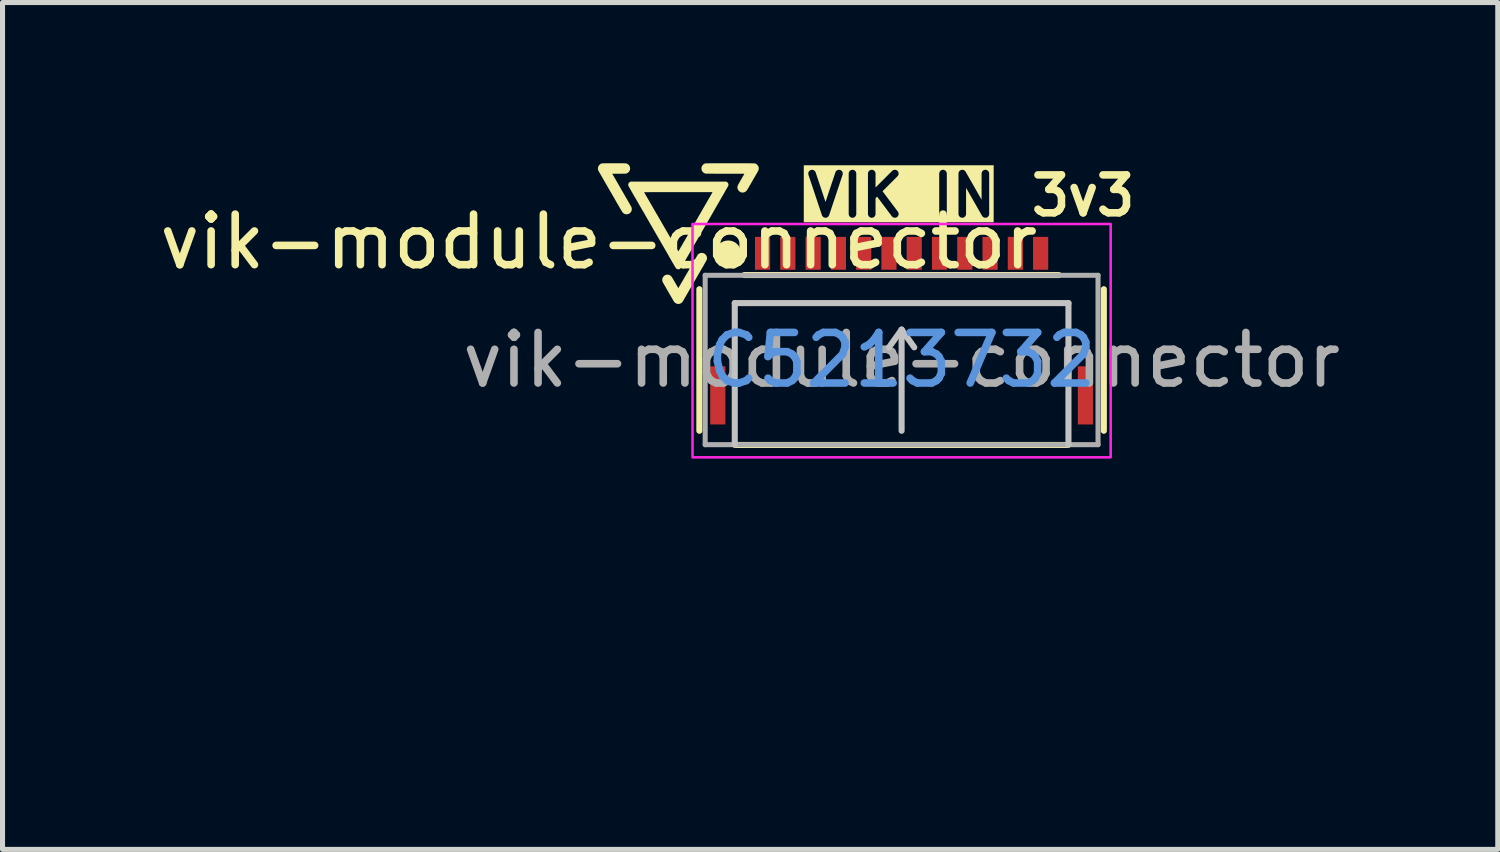
<source format=kicad_pcb>
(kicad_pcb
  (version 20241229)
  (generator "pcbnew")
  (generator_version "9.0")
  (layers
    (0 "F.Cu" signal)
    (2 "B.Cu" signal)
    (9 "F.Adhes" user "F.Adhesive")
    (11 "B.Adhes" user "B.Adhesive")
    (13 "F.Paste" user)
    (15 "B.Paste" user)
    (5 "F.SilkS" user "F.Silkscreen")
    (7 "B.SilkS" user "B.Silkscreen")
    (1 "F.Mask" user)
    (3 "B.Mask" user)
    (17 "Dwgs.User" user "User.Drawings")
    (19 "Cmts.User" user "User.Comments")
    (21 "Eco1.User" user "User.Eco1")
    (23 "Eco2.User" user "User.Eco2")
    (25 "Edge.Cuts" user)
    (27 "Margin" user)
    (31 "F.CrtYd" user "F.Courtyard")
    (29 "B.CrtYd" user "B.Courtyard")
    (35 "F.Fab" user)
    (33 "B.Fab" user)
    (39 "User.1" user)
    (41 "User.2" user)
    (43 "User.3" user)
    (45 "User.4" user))
  (footprint "vik-module-connector"
    (layer "F.Cu")
    (at 14.782 4.07)
    (property "Reference" "vik-module-connector" (at -5.99 -2.34 0) (unlocked yes) (layer "F.SilkS") (effects (font (size 1 1) (thickness 0.15))))
    (attr smd)
    (fp_line (start -4 1.4) (end -4 -1.4) (stroke (width 0.12) (type default)) (layer "F.SilkS"))
    (fp_line (start -3.29 1.68) (end 3.29 1.68) (stroke (width 0.12) (type default)) (layer "F.SilkS"))
    (fp_line (start -3.11 -1.68) (end 3.11 -1.68) (stroke (width 0.12) (type default)) (layer "F.SilkS"))
    (fp_line (start 4 -1.4) (end 4 1.4) (stroke (width 0.12) (type default)) (layer "F.SilkS"))
    (fp_circle (center -3.429 -2.11) (end -3.302 -2.11) (stroke (width 0.254) (type solid)) (fill no) (layer "F.SilkS"))
    (fp_poly (pts (xy -3.934 -2.117) (xy -3.917 -2.112) (xy -3.901 -2.105) (xy -3.886 -2.094) (xy -3.88 -2.088) (xy -3.872 -2.08) (xy -3.866 -2.072) (xy -3.861 -2.064) (xy -3.86 -2.061) (xy -3.854 -2.046) (xy -3.85 -2.03) (xy -3.848 -2.015) (xy -3.848 -2.014) (xy -3.849 -2.006) (xy -3.851 -1.996) (xy -3.853 -1.986) (xy -3.856 -1.977) (xy -3.858 -1.971) (xy -3.86 -1.969) (xy -3.863 -1.963) (xy -3.867 -1.955) (xy -3.874 -1.944) (xy -3.881 -1.931) (xy -3.89 -1.916) (xy -3.9 -1.898) (xy -3.911 -1.879) (xy -3.923 -1.857) (xy -3.937 -1.834) (xy -3.951 -1.81) (xy -3.966 -1.784) (xy -3.981 -1.757) (xy -3.997 -1.729) (xy -4.014 -1.701) (xy -4.031 -1.671) (xy -4.048 -1.641) (xy -4.066 -1.61) (xy -4.084 -1.58) (xy -4.102 -1.549) (xy -4.119 -1.518) (xy -4.137 -1.488) (xy -4.154 -1.457) (xy -4.172 -1.428) (xy -4.188 -1.399) (xy -4.205 -1.371) (xy -4.22 -1.344) (xy -4.235 -1.318) (xy -4.25 -1.293) (xy -4.263 -1.27) (xy -4.275 -1.248) (xy -4.287 -1.229) (xy -4.297 -1.211) (xy -4.306 -1.195) (xy -4.314 -1.181) (xy -4.321 -1.17) (xy -4.326 -1.162) (xy -4.329 -1.156) (xy -4.331 -1.153) (xy -4.331 -1.153) (xy -4.336 -1.146) (xy -4.343 -1.139) (xy -4.347 -1.134) (xy -4.356 -1.128) (xy -4.366 -1.122) (xy -4.378 -1.116) (xy -4.388 -1.112) (xy -4.394 -1.111) (xy -4.404 -1.109) (xy -4.416 -1.109) (xy -4.428 -1.109) (xy -4.438 -1.111) (xy -4.44 -1.111) (xy -4.456 -1.117) (xy -4.471 -1.125) (xy -4.484 -1.135) (xy -4.496 -1.147) (xy -4.501 -1.153) (xy -4.502 -1.155) (xy -4.506 -1.161) (xy -4.51 -1.169) (xy -4.517 -1.18) (xy -4.524 -1.192) (xy -4.533 -1.207) (xy -4.542 -1.223) (xy -4.552 -1.241) (xy -4.563 -1.26) (xy -4.575 -1.28) (xy -4.587 -1.3) (xy -4.599 -1.321) (xy -4.611 -1.343) (xy -4.624 -1.364) (xy -4.636 -1.385) (xy -4.648 -1.406) (xy -4.659 -1.426) (xy -4.67 -1.446) (xy -4.681 -1.464) (xy -4.691 -1.48) (xy -4.699 -1.496) (xy -4.707 -1.509) (xy -4.713 -1.52) (xy -4.718 -1.529) (xy -4.722 -1.536) (xy -4.724 -1.539) (xy -4.724 -1.54) (xy -4.73 -1.555) (xy -4.734 -1.573) (xy -4.734 -1.59) (xy -4.732 -1.608) (xy -4.73 -1.616) (xy -4.722 -1.633) (xy -4.712 -1.648) (xy -4.7 -1.662) (xy -4.685 -1.673) (xy -4.668 -1.682) (xy -4.66 -1.684) (xy -4.654 -1.686) (xy -4.646 -1.687) (xy -4.638 -1.688) (xy -4.638 -1.688) (xy -4.619 -1.688) (xy -4.601 -1.684) (xy -4.584 -1.677) (xy -4.568 -1.667) (xy -4.558 -1.658) (xy -4.556 -1.655) (xy -4.553 -1.652) (xy -4.551 -1.649) (xy -4.548 -1.646) (xy -4.545 -1.641) (xy -4.541 -1.635) (xy -4.537 -1.628) (xy -4.532 -1.62) (xy -4.526 -1.61) (xy -4.518 -1.597) (xy -4.51 -1.583) (xy -4.5 -1.566) (xy -4.489 -1.546) (xy -4.481 -1.533) (xy -4.471 -1.515) (xy -4.461 -1.498) (xy -4.452 -1.482) (xy -4.443 -1.467) (xy -4.435 -1.454) (xy -4.429 -1.443) (xy -4.423 -1.434) (xy -4.419 -1.427) (xy -4.417 -1.423) (xy -4.416 -1.422) (xy -4.415 -1.424) (xy -4.412 -1.428) (xy -4.408 -1.435) (xy -4.402 -1.445) (xy -4.395 -1.458) (xy -4.386 -1.472) (xy -4.376 -1.489) (xy -4.365 -1.508) (xy -4.353 -1.529) (xy -4.34 -1.552) (xy -4.325 -1.577) (xy -4.31 -1.602) (xy -4.295 -1.63) (xy -4.278 -1.658) (xy -4.261 -1.688) (xy -4.243 -1.718) (xy -4.227 -1.746) (xy -4.209 -1.777) (xy -4.192 -1.808) (xy -4.174 -1.838) (xy -4.158 -1.867) (xy -4.142 -1.894) (xy -4.127 -1.92) (xy -4.112 -1.945) (xy -4.099 -1.968) (xy -4.086 -1.989) (xy -4.075 -2.009) (xy -4.065 -2.026) (xy -4.056 -2.041) (xy -4.049 -2.054) (xy -4.042 -2.064) (xy -4.038 -2.072) (xy -4.035 -2.077) (xy -4.034 -2.079) (xy -4.022 -2.092) (xy -4.008 -2.103) (xy -3.991 -2.111) (xy -3.974 -2.116) (xy -3.955 -2.118) (xy -3.952 -2.118)) (stroke (width 0) (type solid)) (fill yes) (layer "F.SilkS"))
    (fp_poly (pts (xy -3.179 -3.891) (xy -3.146 -3.891) (xy -3.115 -3.891) (xy -3.087 -3.891) (xy -3.061 -3.891) (xy -3.038 -3.891) (xy -3.017 -3.891) (xy -2.999 -3.891) (xy -2.982 -3.89) (xy -2.967 -3.89) (xy -2.954 -3.89) (xy -2.943 -3.89) (xy -2.933 -3.889) (xy -2.924 -3.889) (xy -2.917 -3.889) (xy -2.911 -3.888) (xy -2.905 -3.888) (xy -2.901 -3.887) (xy -2.897 -3.887) (xy -2.894 -3.886) (xy -2.892 -3.885) (xy -2.89 -3.884) (xy -2.888 -3.883) (xy -2.886 -3.882) (xy -2.884 -3.881) (xy -2.882 -3.88) (xy -2.88 -3.879) (xy -2.88 -3.879) (xy -2.864 -3.869) (xy -2.851 -3.856) (xy -2.841 -3.841) (xy -2.832 -3.825) (xy -2.828 -3.812) (xy -2.825 -3.794) (xy -2.826 -3.776) (xy -2.83 -3.758) (xy -2.837 -3.739) (xy -2.84 -3.735) (xy -2.842 -3.731) (xy -2.845 -3.725) (xy -2.85 -3.716) (xy -2.857 -3.705) (xy -2.865 -3.691) (xy -2.873 -3.676) (xy -2.883 -3.659) (xy -2.894 -3.64) (xy -2.906 -3.619) (xy -2.919 -3.598) (xy -2.932 -3.575) (xy -2.945 -3.552) (xy -2.953 -3.538) (xy -2.969 -3.511) (xy -2.983 -3.486) (xy -2.995 -3.464) (xy -3.007 -3.445) (xy -3.016 -3.428) (xy -3.025 -3.413) (xy -3.033 -3.401) (xy -3.039 -3.39) (xy -3.045 -3.38) (xy -3.049 -3.373) (xy -3.053 -3.366) (xy -3.057 -3.361) (xy -3.06 -3.356) (xy -3.062 -3.353) (xy -3.065 -3.35) (xy -3.067 -3.347) (xy -3.069 -3.345) (xy -3.071 -3.343) (xy -3.071 -3.343) (xy -3.08 -3.335) (xy -3.089 -3.328) (xy -3.095 -3.324) (xy -3.11 -3.318) (xy -3.127 -3.313) (xy -3.144 -3.312) (xy -3.16 -3.312) (xy -3.163 -3.313) (xy -3.181 -3.318) (xy -3.197 -3.327) (xy -3.212 -3.338) (xy -3.225 -3.351) (xy -3.235 -3.366) (xy -3.242 -3.383) (xy -3.245 -3.392) (xy -3.247 -3.406) (xy -3.247 -3.422) (xy -3.245 -3.437) (xy -3.242 -3.448) (xy -3.24 -3.452) (xy -3.236 -3.46) (xy -3.231 -3.469) (xy -3.224 -3.482) (xy -3.216 -3.497) (xy -3.206 -3.514) (xy -3.195 -3.534) (xy -3.182 -3.556) (xy -3.174 -3.571) (xy -3.163 -3.59) (xy -3.153 -3.607) (xy -3.144 -3.623) (xy -3.135 -3.638) (xy -3.128 -3.651) (xy -3.121 -3.662) (xy -3.116 -3.671) (xy -3.112 -3.678) (xy -3.11 -3.682) (xy -3.11 -3.683) (xy -3.111 -3.683) (xy -3.116 -3.683) (xy -3.125 -3.684) (xy -3.136 -3.684) (xy -3.15 -3.684) (xy -3.167 -3.684) (xy -3.187 -3.684) (xy -3.209 -3.684) (xy -3.233 -3.684) (xy -3.259 -3.684) (xy -3.288 -3.684) (xy -3.317 -3.684) (xy -3.349 -3.684) (xy -3.382 -3.684) (xy -3.416 -3.684) (xy -3.452 -3.684) (xy -3.487 -3.684) (xy -3.536 -3.684) (xy -3.582 -3.684) (xy -3.624 -3.684) (xy -3.663 -3.684) (xy -3.698 -3.684) (xy -3.73 -3.685) (xy -3.759 -3.685) (xy -3.784 -3.685) (xy -3.806 -3.685) (xy -3.825 -3.685) (xy -3.841 -3.685) (xy -3.854 -3.685) (xy -3.864 -3.686) (xy -3.871 -3.686) (xy -3.875 -3.686) (xy -3.876 -3.686) (xy -3.891 -3.69) (xy -3.906 -3.698) (xy -3.92 -3.707) (xy -3.929 -3.715) (xy -3.941 -3.73) (xy -3.951 -3.746) (xy -3.957 -3.764) (xy -3.959 -3.781) (xy -3.959 -3.8) (xy -3.955 -3.818) (xy -3.948 -3.835) (xy -3.941 -3.846) (xy -3.932 -3.858) (xy -3.921 -3.868) (xy -3.909 -3.877) (xy -3.903 -3.88) (xy -3.901 -3.881) (xy -3.899 -3.882) (xy -3.897 -3.883) (xy -3.896 -3.884) (xy -3.894 -3.885) (xy -3.892 -3.886) (xy -3.889 -3.886) (xy -3.886 -3.887) (xy -3.883 -3.887) (xy -3.878 -3.888) (xy -3.873 -3.888) (xy -3.867 -3.889) (xy -3.859 -3.889) (xy -3.851 -3.89) (xy -3.841 -3.89) (xy -3.829 -3.89) (xy -3.816 -3.89) (xy -3.801 -3.89) (xy -3.785 -3.891) (xy -3.766 -3.891) (xy -3.745 -3.891) (xy -3.722 -3.891) (xy -3.696 -3.891) (xy -3.668 -3.891) (xy -3.637 -3.891) (xy -3.604 -3.891) (xy -3.567 -3.891) (xy -3.528 -3.891) (xy -3.485 -3.891) (xy -3.439 -3.891) (xy -3.392 -3.891) (xy -3.343 -3.891) (xy -3.297 -3.891) (xy -3.255 -3.891) (xy -3.215 -3.891)) (stroke (width 0) (type solid)) (fill yes) (layer "F.SilkS"))
    (fp_poly (pts (xy -5.734 -3.891) (xy -5.702 -3.891) (xy -5.688 -3.891) (xy -5.654 -3.891) (xy -5.623 -3.891) (xy -5.596 -3.891) (xy -5.572 -3.891) (xy -5.55 -3.891) (xy -5.531 -3.891) (xy -5.514 -3.891) (xy -5.5 -3.891) (xy -5.487 -3.89) (xy -5.477 -3.89) (xy -5.468 -3.89) (xy -5.46 -3.889) (xy -5.454 -3.889) (xy -5.449 -3.888) (xy -5.445 -3.887) (xy -5.441 -3.887) (xy -5.438 -3.886) (xy -5.435 -3.884) (xy -5.432 -3.883) (xy -5.429 -3.882) (xy -5.426 -3.88) (xy -5.426 -3.88) (xy -5.414 -3.873) (xy -5.402 -3.863) (xy -5.392 -3.852) (xy -5.383 -3.84) (xy -5.38 -3.835) (xy -5.373 -3.816) (xy -5.37 -3.798) (xy -5.369 -3.779) (xy -5.373 -3.761) (xy -5.38 -3.742) (xy -5.38 -3.741) (xy -5.389 -3.727) (xy -5.4 -3.714) (xy -5.414 -3.703) (xy -5.429 -3.694) (xy -5.444 -3.688) (xy -5.452 -3.686) (xy -5.457 -3.686) (xy -5.464 -3.685) (xy -5.475 -3.685) (xy -5.49 -3.685) (xy -5.507 -3.685) (xy -5.528 -3.684) (xy -5.552 -3.684) (xy -5.579 -3.684) (xy -5.593 -3.684) (xy -5.614 -3.684) (xy -5.634 -3.684) (xy -5.652 -3.684) (xy -5.669 -3.684) (xy -5.684 -3.684) (xy -5.697 -3.684) (xy -5.708 -3.684) (xy -5.716 -3.684) (xy -5.721 -3.683) (xy -5.722 -3.683) (xy -5.721 -3.682) (xy -5.719 -3.677) (xy -5.715 -3.67) (xy -5.709 -3.66) (xy -5.702 -3.647) (xy -5.693 -3.633) (xy -5.684 -3.616) (xy -5.673 -3.597) (xy -5.66 -3.576) (xy -5.647 -3.553) (xy -5.633 -3.528) (xy -5.618 -3.503) (xy -5.603 -3.475) (xy -5.586 -3.447) (xy -5.569 -3.417) (xy -5.552 -3.387) (xy -5.537 -3.361) (xy -5.519 -3.33) (xy -5.501 -3.299) (xy -5.484 -3.27) (xy -5.468 -3.241) (xy -5.452 -3.214) (xy -5.437 -3.188) (xy -5.423 -3.163) (xy -5.409 -3.14) (xy -5.397 -3.119) (xy -5.386 -3.1) (xy -5.376 -3.082) (xy -5.368 -3.067) (xy -5.36 -3.055) (xy -5.355 -3.045) (xy -5.35 -3.037) (xy -5.348 -3.033) (xy -5.347 -3.031) (xy -5.34 -3.014) (xy -5.337 -2.996) (xy -5.336 -2.978) (xy -5.339 -2.959) (xy -5.345 -2.942) (xy -5.353 -2.928) (xy -5.364 -2.914) (xy -5.378 -2.902) (xy -5.393 -2.892) (xy -5.41 -2.886) (xy -5.414 -2.885) (xy -5.424 -2.883) (xy -5.436 -2.882) (xy -5.448 -2.882) (xy -5.459 -2.883) (xy -5.466 -2.885) (xy -5.482 -2.89) (xy -5.497 -2.899) (xy -5.51 -2.911) (xy -5.512 -2.912) (xy -5.513 -2.913) (xy -5.515 -2.915) (xy -5.516 -2.916) (xy -5.518 -2.918) (xy -5.519 -2.92) (xy -5.521 -2.923) (xy -5.524 -2.927) (xy -5.526 -2.931) (xy -5.529 -2.936) (xy -5.533 -2.942) (xy -5.537 -2.949) (xy -5.542 -2.957) (xy -5.548 -2.966) (xy -5.554 -2.977) (xy -5.562 -2.989) (xy -5.57 -3.003) (xy -5.579 -3.019) (xy -5.589 -3.037) (xy -5.6 -3.056) (xy -5.613 -3.078) (xy -5.627 -3.101) (xy -5.642 -3.127) (xy -5.658 -3.156) (xy -5.676 -3.187) (xy -5.695 -3.22) (xy -5.716 -3.257) (xy -5.739 -3.296) (xy -5.76 -3.332) (xy -5.78 -3.367) (xy -5.8 -3.401) (xy -5.819 -3.435) (xy -5.838 -3.467) (xy -5.856 -3.498) (xy -5.873 -3.528) (xy -5.889 -3.557) (xy -5.905 -3.584) (xy -5.92 -3.61) (xy -5.933 -3.633) (xy -5.946 -3.655) (xy -5.957 -3.675) (xy -5.967 -3.692) (xy -5.976 -3.707) (xy -5.983 -3.72) (xy -5.989 -3.73) (xy -5.993 -3.738) (xy -5.996 -3.742) (xy -5.997 -3.744) (xy -6 -3.752) (xy -6.003 -3.761) (xy -6.005 -3.772) (xy -6.006 -3.782) (xy -6.007 -3.788) (xy -6.005 -3.805) (xy -6 -3.822) (xy -5.993 -3.839) (xy -5.982 -3.853) (xy -5.97 -3.866) (xy -5.956 -3.876) (xy -5.952 -3.879) (xy -5.949 -3.88) (xy -5.946 -3.882) (xy -5.943 -3.883) (xy -5.94 -3.885) (xy -5.937 -3.886) (xy -5.934 -3.887) (xy -5.929 -3.888) (xy -5.925 -3.888) (xy -5.919 -3.889) (xy -5.912 -3.889) (xy -5.903 -3.89) (xy -5.893 -3.89) (xy -5.881 -3.89) (xy -5.868 -3.891) (xy -5.852 -3.891) (xy -5.834 -3.891) (xy -5.813 -3.891) (xy -5.79 -3.891) (xy -5.764 -3.891)) (stroke (width 0) (type solid)) (fill yes) (layer "F.SilkS"))
    (fp_poly (pts (xy -3.459 -3.522) (xy -3.452 -3.518) (xy -3.445 -3.513) (xy -3.441 -3.509) (xy -3.433 -3.497) (xy -3.427 -3.484) (xy -3.424 -3.47) (xy -3.425 -3.456) (xy -3.427 -3.449) (xy -3.428 -3.447) (xy -3.431 -3.441) (xy -3.435 -3.433) (xy -3.441 -3.422) (xy -3.449 -3.408) (xy -3.459 -3.39) (xy -3.471 -3.37) (xy -3.484 -3.348) (xy -3.498 -3.322) (xy -3.514 -3.294) (xy -3.532 -3.263) (xy -3.552 -3.229) (xy -3.573 -3.192) (xy -3.595 -3.153) (xy -3.619 -3.111) (xy -3.645 -3.067) (xy -3.672 -3.02) (xy -3.7 -2.971) (xy -3.73 -2.919) (xy -3.761 -2.864) (xy -3.794 -2.807) (xy -3.828 -2.748) (xy -3.864 -2.687) (xy -3.897 -2.63) (xy -3.932 -2.569) (xy -3.965 -2.512) (xy -3.997 -2.457) (xy -4.026 -2.405) (xy -4.055 -2.356) (xy -4.082 -2.309) (xy -4.107 -2.266) (xy -4.131 -2.224) (xy -4.153 -2.186) (xy -4.174 -2.149) (xy -4.194 -2.115) (xy -4.212 -2.084) (xy -4.229 -2.054) (xy -4.245 -2.027) (xy -4.26 -2.001) (xy -4.274 -1.978) (xy -4.286 -1.956) (xy -4.298 -1.937) (xy -4.308 -1.919) (xy -4.318 -1.902) (xy -4.326 -1.888) (xy -4.334 -1.875) (xy -4.341 -1.863) (xy -4.347 -1.853) (xy -4.352 -1.844) (xy -4.357 -1.836) (xy -4.361 -1.83) (xy -4.364 -1.824) (xy -4.367 -1.82) (xy -4.369 -1.816) (xy -4.371 -1.814) (xy -4.372 -1.812) (xy -4.373 -1.811) (xy -4.384 -1.802) (xy -4.397 -1.796) (xy -4.411 -1.794) (xy -4.425 -1.794) (xy -4.436 -1.797) (xy -4.445 -1.801) (xy -4.452 -1.805) (xy -4.459 -1.811) (xy -4.466 -1.82) (xy -4.473 -1.83) (xy -4.476 -1.835) (xy -4.478 -1.838) (xy -4.481 -1.844) (xy -4.486 -1.853) (xy -4.493 -1.864) (xy -4.501 -1.878) (xy -4.511 -1.895) (xy -4.522 -1.914) (xy -4.534 -1.936) (xy -4.548 -1.959) (xy -4.563 -1.985) (xy -4.579 -2.013) (xy -4.596 -2.042) (xy -4.614 -2.074) (xy -4.633 -2.107) (xy -4.653 -2.142) (xy -4.674 -2.178) (xy -4.696 -2.216) (xy -4.718 -2.255) (xy -4.742 -2.295) (xy -4.765 -2.336) (xy -4.79 -2.378) (xy -4.814 -2.421) (xy -4.84 -2.465) (xy -4.854 -2.49) (xy -4.881 -2.536) (xy -4.907 -2.581) (xy -4.933 -2.627) (xy -4.959 -2.671) (xy -4.985 -2.716) (xy -5.01 -2.76) (xy -5.035 -2.803) (xy -5.059 -2.845) (xy -5.083 -2.887) (xy -5.106 -2.927) (xy -5.129 -2.965) (xy -5.15 -3.003) (xy -5.171 -3.039) (xy -5.191 -3.073) (xy -5.209 -3.105) (xy -5.227 -3.136) (xy -5.243 -3.164) (xy -5.258 -3.19) (xy -5.272 -3.213) (xy -5.284 -3.234) (xy -5.295 -3.253) (xy -5.304 -3.269) (xy -5.311 -3.281) (xy -5.324 -3.303) (xy -5.332 -3.319) (xy -5.093 -3.319) (xy -5.092 -3.317) (xy -5.089 -3.312) (xy -5.085 -3.304) (xy -5.079 -3.294) (xy -5.071 -3.281) (xy -5.063 -3.266) (xy -5.053 -3.248) (xy -5.041 -3.229) (xy -5.029 -3.207) (xy -5.015 -3.184) (xy -5.001 -3.158) (xy -4.985 -3.131) (xy -4.969 -3.103) (xy -4.951 -3.073) (xy -4.933 -3.042) (xy -4.915 -3.01) (xy -4.896 -2.976) (xy -4.876 -2.942) (xy -4.856 -2.907) (xy -4.835 -2.872) (xy -4.814 -2.836) (xy -4.793 -2.8) (xy -4.772 -2.763) (xy -4.751 -2.727) (xy -4.73 -2.69) (xy -4.709 -2.654) (xy -4.688 -2.617) (xy -4.667 -2.582) (xy -4.647 -2.546) (xy -4.627 -2.512) (xy -4.607 -2.478) (xy -4.588 -2.445) (xy -4.57 -2.413) (xy -4.552 -2.383) (xy -4.535 -2.353) (xy -4.519 -2.325) (xy -4.503 -2.299) (xy -4.489 -2.274) (xy -4.476 -2.252) (xy -4.464 -2.231) (xy -4.453 -2.212) (xy -4.443 -2.195) (xy -4.435 -2.181) (xy -4.428 -2.169) (xy -4.422 -2.16) (xy -4.418 -2.153) (xy -4.416 -2.149) (xy -4.416 -2.149) (xy -4.415 -2.15) (xy -4.412 -2.155) (xy -4.408 -2.162) (xy -4.402 -2.172) (xy -4.394 -2.185) (xy -4.385 -2.2) (xy -4.375 -2.218) (xy -4.363 -2.238) (xy -4.35 -2.26) (xy -4.336 -2.285) (xy -4.321 -2.311) (xy -4.305 -2.339) (xy -4.287 -2.369) (xy -4.269 -2.401) (xy -4.249 -2.435) (xy -4.229 -2.469) (xy -4.208 -2.506) (xy -4.187 -2.543) (xy -4.164 -2.582) (xy -4.141 -2.622) (xy -4.118 -2.662) (xy -4.094 -2.704) (xy -4.076 -2.734) (xy -4.052 -2.776) (xy -4.028 -2.817) (xy -4.005 -2.858) (xy -3.982 -2.897) (xy -3.96 -2.936) (xy -3.939 -2.973) (xy -3.918 -3.009) (xy -3.898 -3.043) (xy -3.879 -3.076) (xy -3.861 -3.107) (xy -3.844 -3.137) (xy -3.828 -3.165) (xy -3.813 -3.191) (xy -3.799 -3.214) (xy -3.787 -3.236) (xy -3.776 -3.255) (xy -3.766 -3.272) (xy -3.757 -3.287) (xy -3.75 -3.299) (xy -3.745 -3.308) (xy -3.741 -3.315) (xy -3.739 -3.319) (xy -3.739 -3.319) (xy -3.741 -3.319) (xy -3.746 -3.319) (xy -3.754 -3.32) (xy -3.766 -3.32) (xy -3.781 -3.32) (xy -3.798 -3.32) (xy -3.819 -3.32) (xy -3.842 -3.32) (xy -3.867 -3.32) (xy -3.895 -3.32) (xy -3.926 -3.32) (xy -3.959 -3.32) (xy -3.993 -3.32) (xy -4.03 -3.32) (xy -4.069 -3.32) (xy -4.109 -3.32) (xy -4.151 -3.32) (xy -4.194 -3.32) (xy -4.239 -3.32) (xy -4.285 -3.32) (xy -4.332 -3.32) (xy -4.38 -3.32) (xy -4.416 -3.32) (xy -4.47 -3.32) (xy -4.523 -3.32) (xy -4.574 -3.32) (xy -4.623 -3.32) (xy -4.67 -3.32) (xy -4.715 -3.32) (xy -4.758 -3.32) (xy -4.799 -3.32) (xy -4.838 -3.32) (xy -4.874 -3.32) (xy -4.908 -3.32) (xy -4.939 -3.32) (xy -4.968 -3.32) (xy -4.994 -3.319) (xy -5.017 -3.319) (xy -5.037 -3.319) (xy -5.055 -3.319) (xy -5.069 -3.319) (xy -5.08 -3.319) (xy -5.087 -3.319) (xy -5.092 -3.319) (xy -5.093 -3.319) (xy -5.332 -3.319) (xy -5.336 -3.324) (xy -5.347 -3.344) (xy -5.358 -3.363) (xy -5.368 -3.381) (xy -5.377 -3.397) (xy -5.385 -3.411) (xy -5.392 -3.424) (xy -5.397 -3.434) (xy -5.401 -3.441) (xy -5.404 -3.446) (xy -5.405 -3.447) (xy -5.407 -3.46) (xy -5.407 -3.473) (xy -5.404 -3.486) (xy -5.402 -3.492) (xy -5.394 -3.504) (xy -5.385 -3.514) (xy -5.372 -3.522) (xy -5.361 -3.528) (xy -4.416 -3.528) (xy -3.471 -3.528)) (stroke (width 0) (type solid)) (fill yes) (layer "F.SilkS"))
    (fp_line (start -3.3 -1.125) (end 3.3 -1.125) (stroke (width 0.12) (type default)) (layer "Dwgs.User"))
    (fp_line (start -3.3 1.675) (end -3.3 -1.125) (stroke (width 0.12) (type default)) (layer "Dwgs.User"))
    (fp_line (start 0 -0.6) (end -0.25 -0.25) (stroke (width 0.12) (type default)) (layer "Dwgs.User"))
    (fp_line (start 0 -0.6) (end 0.25 -0.25) (stroke (width 0.12) (type default)) (layer "Dwgs.User"))
    (fp_line (start 0 1.4) (end 0 -0.6) (stroke (width 0.12) (type default)) (layer "Dwgs.User"))
    (fp_line (start 3.3 -1.125) (end 3.3 1.675) (stroke (width 0.12) (type default)) (layer "Dwgs.User"))
    (fp_rect (start -4.135 -2.69) (end 4.135 1.925) (stroke (width 0.05) (type default)) (fill no) (layer "F.CrtYd"))
    (fp_line (start -3.885 -1.675) (end -3.885 1.675) (stroke (width 0.1) (type default)) (layer "F.Fab"))
    (fp_line (start -3.885 -1.675) (end 3.885 -1.675) (stroke (width 0.1) (type default)) (layer "F.Fab"))
    (fp_line (start -3.885 1.675) (end 3.885 1.675) (stroke (width 0.1) (type default)) (layer "F.Fab"))
    (fp_line (start 3.885 -1.675) (end 3.885 1.675) (stroke (width 0.1) (type default)) (layer "F.Fab"))
    (fp_text user "VIK IN" (at 0 -3.25 0) (unlocked yes) (layer "F.SilkS" knockout) (effects (font (size 0.8 0.8) (thickness 0.15))))
    (fp_text user "3v3" (at 3.59 -3.25 0) (unlocked yes) (layer "F.SilkS") (effects (font (size 0.75 0.75) (thickness 0.15))))
    (fp_text user "C5213732" (at 0 0 0) (unlocked yes) (layer "Cmts.User") (effects (font (size 1 1) (thickness 0.15))))
    (fp_text user "${REFERENCE}" (at 0 0 0) (layer "F.Fab") (effects (font (size 1 1) (thickness 0.15))))
    (pad "1" smd rect (at -2.75 -2.11) (size 0.3 0.65) (layers "F.Cu" "F.Mask" "F.Paste"))
    (pad "2" smd rect (at -2.25 -2.11) (size 0.3 0.65) (layers "F.Cu" "F.Mask" "F.Paste"))
    (pad "3" smd rect (at -1.75 -2.11) (size 0.3 0.65) (layers "F.Cu" "F.Mask" "F.Paste"))
    (pad "4" smd rect (at -1.25 -2.11) (size 0.3 0.65) (layers "F.Cu" "F.Mask" "F.Paste"))
    (pad "5" smd rect (at -0.75 -2.11) (size 0.3 0.65) (layers "F.Cu" "F.Mask" "F.Paste"))
    (pad "6" smd rect (at -0.25 -2.11) (size 0.3 0.65) (layers "F.Cu" "F.Mask" "F.Paste"))
    (pad "7" smd rect (at 0.25 -2.11) (size 0.3 0.65) (layers "F.Cu" "F.Mask" "F.Paste"))
    (pad "8" smd rect (at 0.75 -2.11) (size 0.3 0.65) (layers "F.Cu" "F.Mask" "F.Paste"))
    (pad "9" smd rect (at 1.25 -2.11) (size 0.3 0.65) (layers "F.Cu" "F.Mask" "F.Paste"))
    (pad "10" smd rect (at 1.75 -2.11) (size 0.3 0.65) (layers "F.Cu" "F.Mask" "F.Paste"))
    (pad "11" smd rect (at 2.25 -2.11) (size 0.3 0.65) (layers "F.Cu" "F.Mask" "F.Paste"))
    (pad "12" smd rect (at 2.75 -2.11) (size 0.3 0.65) (layers "F.Cu" "F.Mask" "F.Paste"))
    (pad "MP1" smd rect (at -3.635 0.7) (size 0.3 1.15) (layers "F.Cu" "F.Mask" "F.Paste"))
    (pad "MP2" smd rect (at 3.635 0.7) (size 0.3 1.15) (layers "F.Cu" "F.Mask" "F.Paste"))
    (zone (net_name "") (layer "F.Cu") (name "RIGID") (hatch full 0.5) (connect_pads) (min_thickness 0.25) (filled_areas_thickness no) (keepout (tracks allowed) (vias allowed) (pads allowed) (copperpour allowed) (footprints not_allowed)) (placement (enabled no)) (fill) (polygon (pts (xy 11.472 5.75) (xy 18.102 5.75) (xy 18.102 10.75) (xy 11.472 10.75)))))
  (gr_rect
    (start -3 -3)
    (end 26.573 13.75)
    (stroke (width 0.1) (type default))
    (fill no)
    (layer "Edge.Cuts")))
</source>
